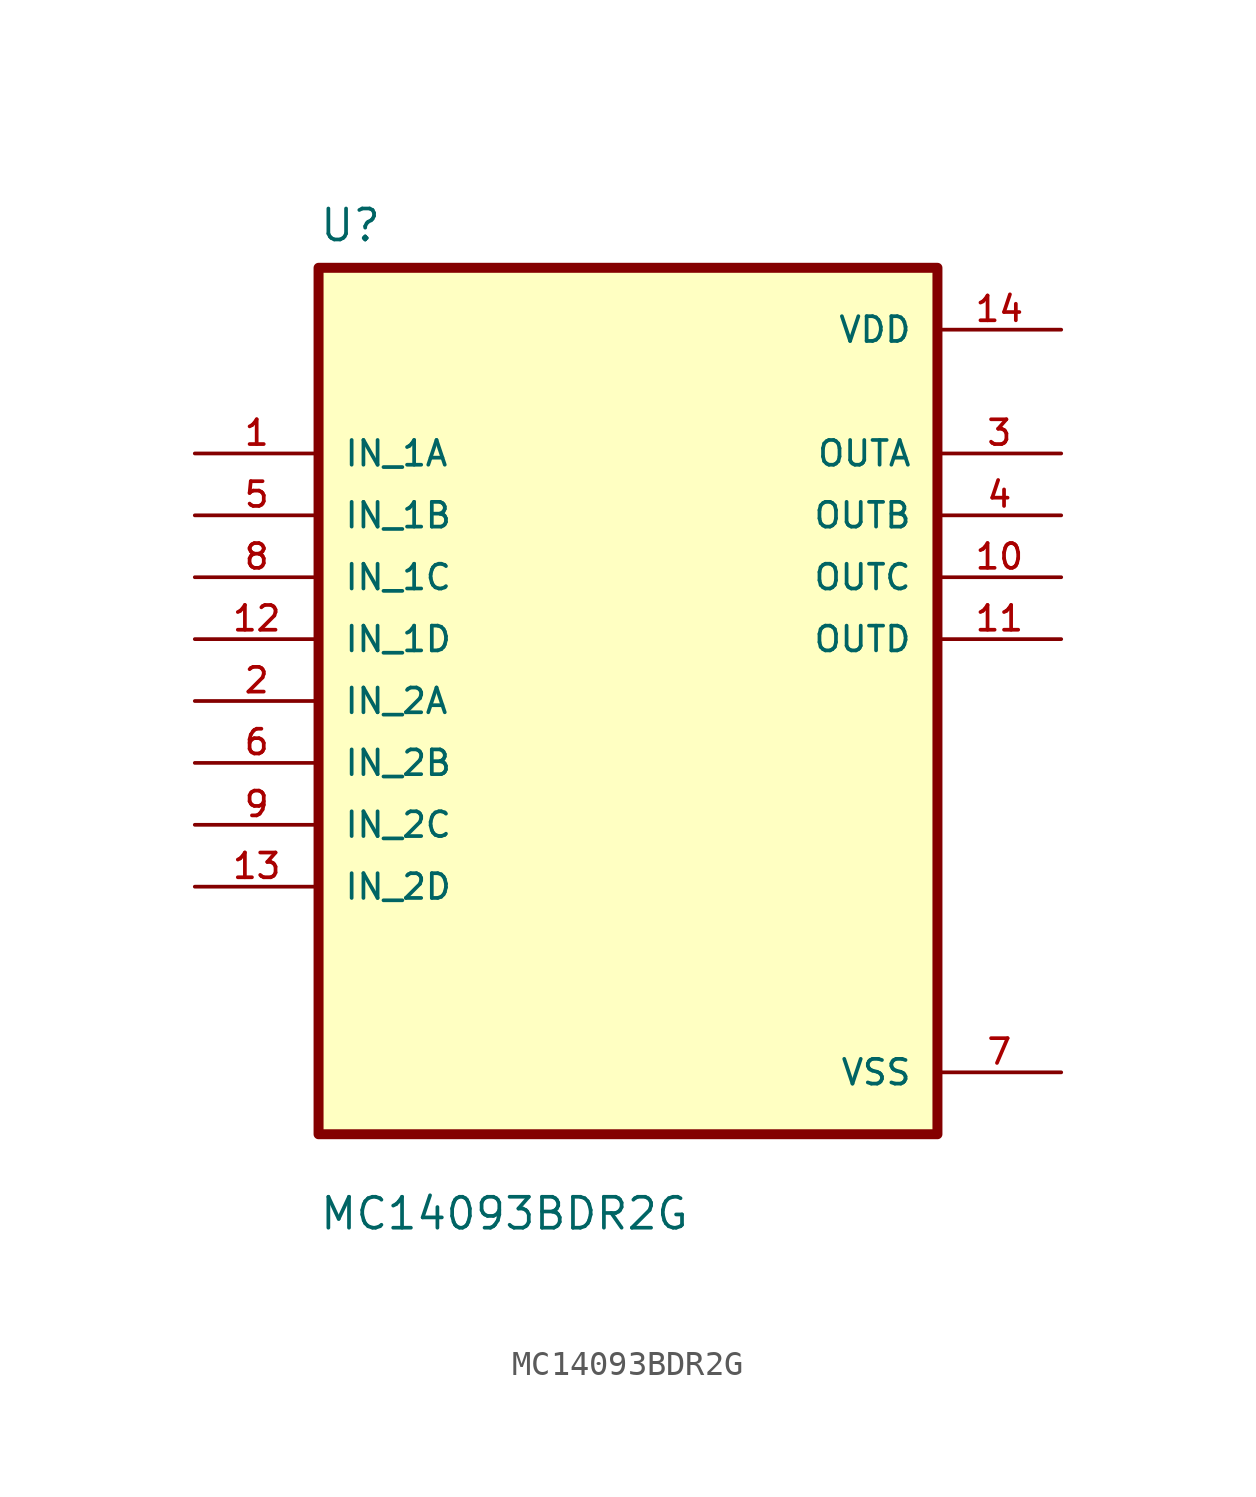
<source format=kicad_sym>
(kicad_symbol_lib
  (version 20211014)
  (generator kicad_symbol_editor)
  (symbol "MC14093BDR2G"
    (pin_names
      (offset 1.016))
    (property "Reference" "U"
      (at -12.7 18.78 0.0)
      (effects (font (size 1.27 1.27)) (justify bottom left)))
    (property "Value" "MC14093BDR2G"
      (at -12.7 -21.78 0.0)
      (effects (font (size 1.27 1.27)) (justify bottom left)))
    (symbol "MC14093BDR2G_0_0"
      (rectangle (start -12.7 -17.78) (end 12.7 17.78) (stroke (width 0.41)) (fill (type background)))
      (pin input line (at -17.78 10.16 0) (length 5.08) (name "IN_1A" (effects (font (size 1.016 1.016)))) (number "1" (effects (font (size 1.016 1.016)))))
      (pin input line (at -17.78 7.62 0) (length 5.08) (name "IN_1B" (effects (font (size 1.016 1.016)))) (number "5" (effects (font (size 1.016 1.016)))))
      (pin input line (at -17.78 5.08 0) (length 5.08) (name "IN_1C" (effects (font (size 1.016 1.016)))) (number "8" (effects (font (size 1.016 1.016)))))
      (pin input line (at -17.78 2.54 0) (length 5.08) (name "IN_1D" (effects (font (size 1.016 1.016)))) (number "12" (effects (font (size 1.016 1.016)))))
      (pin input line (at -17.78 0.0 0) (length 5.08) (name "IN_2A" (effects (font (size 1.016 1.016)))) (number "2" (effects (font (size 1.016 1.016)))))
      (pin input line (at -17.78 -2.54 0) (length 5.08) (name "IN_2B" (effects (font (size 1.016 1.016)))) (number "6" (effects (font (size 1.016 1.016)))))
      (pin input line (at -17.78 -5.08 0) (length 5.08) (name "IN_2C" (effects (font (size 1.016 1.016)))) (number "9" (effects (font (size 1.016 1.016)))))
      (pin input line (at -17.78 -7.62 0) (length 5.08) (name "IN_2D" (effects (font (size 1.016 1.016)))) (number "13" (effects (font (size 1.016 1.016)))))
      (pin power_in line (at 17.78 15.24 180.0) (length 5.08) (name "VDD" (effects (font (size 1.016 1.016)))) (number "14" (effects (font (size 1.016 1.016)))))
      (pin output line (at 17.78 10.16 180.0) (length 5.08) (name "OUTA" (effects (font (size 1.016 1.016)))) (number "3" (effects (font (size 1.016 1.016)))))
      (pin output line (at 17.78 7.62 180.0) (length 5.08) (name "OUTB" (effects (font (size 1.016 1.016)))) (number "4" (effects (font (size 1.016 1.016)))))
      (pin output line (at 17.78 5.08 180.0) (length 5.08) (name "OUTC" (effects (font (size 1.016 1.016)))) (number "10" (effects (font (size 1.016 1.016)))))
      (pin output line (at 17.78 2.54 180.0) (length 5.08) (name "OUTD" (effects (font (size 1.016 1.016)))) (number "11" (effects (font (size 1.016 1.016)))))
      (pin power_in line (at 17.78 -15.24 180.0) (length 5.08) (name "VSS" (effects (font (size 1.016 1.016)))) (number "7" (effects (font (size 1.016 1.016))))))))
</source>
